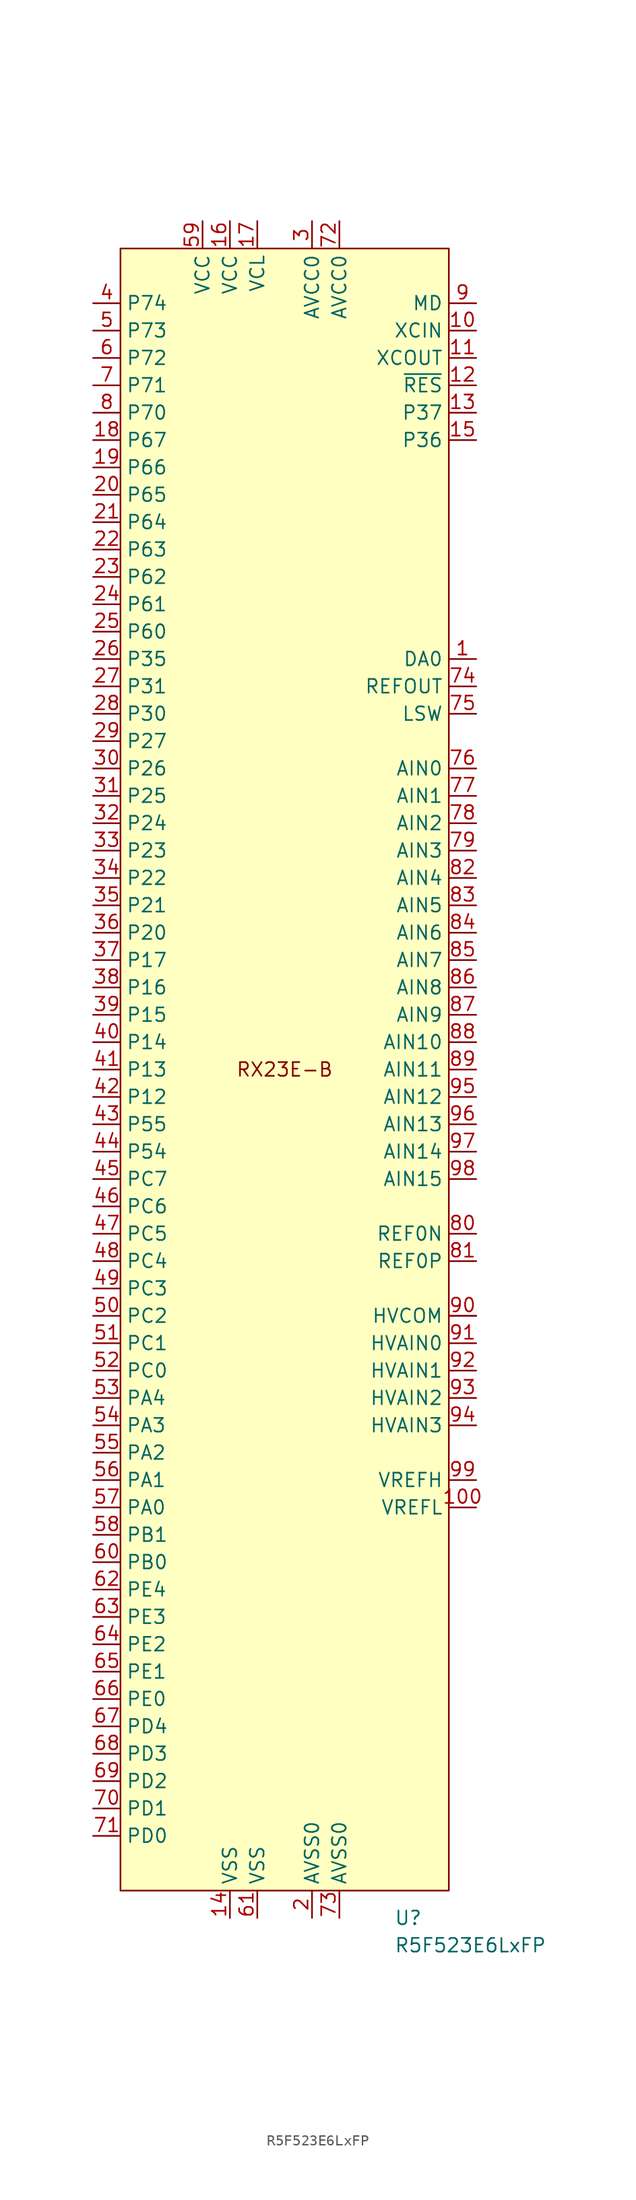
<source format=kicad_sym>
(kicad_symbol_lib
  (version 20231120)
  (generator "kicad_symbol_editor")
  (generator_version "8.0")
  (symbol "R5F523E6LxFP"
    (property "Reference" "U"
      (at 10.16 -78.74 0)
      (effects (font (size 1.27 1.27)) (justify left)))
    (property "Value" "R5F523E6LxFP"
      (at 10.16 -81.28 0)
      (effects (font (size 1.27 1.27)) (justify left)))
    (symbol "R5F523E6LxFP_0_0"
      (pin output line (at 17.78 38.1 180) (length 2.54) (name "DA0" (effects (font (size 1.27 1.27)))) (number "1" (effects (font (size 1.27 1.27)))))
      (pin input line (at 17.78 68.58 180) (length 2.54) (name "XCIN" (effects (font (size 1.27 1.27)))) (number "10" (effects (font (size 1.27 1.27)))))
      (pin output line (at 17.78 66.04 180) (length 2.54) (name "XCOUT" (effects (font (size 1.27 1.27)))) (number "11" (effects (font (size 1.27 1.27)))))
      (pin input line (at 17.78 63.5 180) (length 2.54) (name "~{RES}" (effects (font (size 1.27 1.27)))) (number "12" (effects (font (size 1.27 1.27)))))
      (pin power_in line (at 2.54 -78.74 90) (length 2.54) (name "AVSS0" (effects (font (size 1.27 1.27)))) (number "2" (effects (font (size 1.27 1.27)))))
      (pin power_in line (at 2.54 78.74 270) (length 2.54) (name "AVCC0" (effects (font (size 1.27 1.27)))) (number "3" (effects (font (size 1.27 1.27))))))
    (symbol "R5F523E6LxFP_1_0"
      (pin input line (at 17.78 -22.86 180) (length 2.54) (name "" (effects (font (size 1.27 1.27)))) (number "" (effects (font (size 1.27 1.27)))))
      (pin input line (at 17.78 -40.64 180) (length 2.54) (name "VREFL" (effects (font (size 1.27 1.27)))) (number "100" (effects (font (size 1.27 1.27)))))
      (pin bidirectional line (at 17.78 60.96 180) (length 2.54) (name "P37" (effects (font (size 1.27 1.27)))) (number "13" (effects (font (size 1.27 1.27)))) (alternate "XTAL" output line))
      (pin power_in line (at -5.08 -78.74 90) (length 2.54) (name "VSS" (effects (font (size 1.27 1.27)))) (number "14" (effects (font (size 1.27 1.27)))))
      (pin bidirectional line (at 17.78 58.42 180) (length 2.54) (name "P36" (effects (font (size 1.27 1.27)))) (number "15" (effects (font (size 1.27 1.27)))) (alternate "EXTAL" input line))
      (pin power_in line (at -5.08 78.74 270) (length 2.54) (name "VCC" (effects (font (size 1.27 1.27)))) (number "16" (effects (font (size 1.27 1.27)))))
      (pin power_in line (at -2.54 78.74 270) (length 2.54) (name "VCL" (effects (font (size 1.27 1.27)))) (number "17" (effects (font (size 1.27 1.27)))))
      (pin bidirectional line (at -17.78 58.42 0) (length 2.54) (name "P67" (effects (font (size 1.27 1.27)))) (number "18" (effects (font (size 1.27 1.27)))) (alternate "CAPH" bidirectional line) (alternate "MTIOC4A" bidirectional line) (alternate "SMOSI6" bidirectional line) (alternate "SSDA6" bidirectional line) (alternate "TMRI2" input line) (alternate "TXD6" output line))
      (pin bidirectional line (at -17.78 55.88 0) (length 2.54) (name "P66" (effects (font (size 1.27 1.27)))) (number "19" (effects (font (size 1.27 1.27)))) (alternate "CAPL" bidirectional line) (alternate "MTIOC4C" bidirectional line) (alternate "RXD6" input line) (alternate "SMISO6" bidirectional line) (alternate "SSCL6" bidirectional line) (alternate "TMCI2" input line))
      (pin bidirectional line (at -17.78 53.34 0) (length 2.54) (name "P65" (effects (font (size 1.27 1.27)))) (number "20" (effects (font (size 1.27 1.27)))) (alternate "MTCLKD" input line) (alternate "MTIOC4B" bidirectional line) (alternate "TMO2" output line) (alternate "VL1" bidirectional line) (alternate "~{CTS6}" input line) (alternate "~{POE0}" input line) (alternate "~{RTS6}" output line) (alternate "~{SS6}" input line))
      (pin bidirectional line (at -17.78 50.8 0) (length 2.54) (name "P64" (effects (font (size 1.27 1.27)))) (number "21" (effects (font (size 1.27 1.27)))) (alternate "MTCLKC" input line) (alternate "MTIOC4D" bidirectional line) (alternate "RTCOUT" output line) (alternate "SCK6" bidirectional line) (alternate "VL2" bidirectional line) (alternate "~{ADTRG0}" input line))
      (pin bidirectional line (at -17.78 48.26 0) (length 2.54) (name "P63" (effects (font (size 1.27 1.27)))) (number "22" (effects (font (size 1.27 1.27)))) (alternate "MTCLKB" input line) (alternate "MTIOC0A" bidirectional line) (alternate "MTIOC1A" bidirectional line) (alternate "SCK8" bidirectional line) (alternate "VL3" bidirectional line))
      (pin bidirectional line (at -17.78 45.72 0) (length 2.54) (name "P62" (effects (font (size 1.27 1.27)))) (number "23" (effects (font (size 1.27 1.27)))) (alternate "MTCLKA" input line) (alternate "MTIOC0C" bidirectional line) (alternate "MTIOC1B" bidirectional line) (alternate "TMO1" output line) (alternate "VL4" bidirectional line) (alternate "~{CTS8}" input line) (alternate "~{RTS8}" output line) (alternate "~{SS8}" input line))
      (pin bidirectional line (at -17.78 43.18 0) (length 2.54) (name "P61" (effects (font (size 1.27 1.27)))) (number "24" (effects (font (size 1.27 1.27)))) (alternate "MISOA" bidirectional line) (alternate "MTIOC0B" bidirectional line) (alternate "SDA" bidirectional line) (alternate "SEG00" output line) (alternate "SMOSI8" bidirectional line) (alternate "SSDA8" bidirectional line) (alternate "TMCI1" input line) (alternate "TXD8" output line))
      (pin bidirectional line (at -17.78 40.64 0) (length 2.54) (name "P60" (effects (font (size 1.27 1.27)))) (number "25" (effects (font (size 1.27 1.27)))) (alternate "MOSIA" bidirectional line) (alternate "MTIOC0D" bidirectional line) (alternate "RXD8" input line) (alternate "SCL" bidirectional line) (alternate "SEG01" output line) (alternate "SMISO8" bidirectional line) (alternate "SSCL8" bidirectional line) (alternate "TMRI1" input line))
      (pin bidirectional line (at -17.78 38.1 0) (length 2.54) (name "P35" (effects (font (size 1.27 1.27)))) (number "26" (effects (font (size 1.27 1.27)))) (alternate "NMI" input line))
      (pin bidirectional line (at -17.78 35.56 0) (length 2.54) (name "P31" (effects (font (size 1.27 1.27)))) (number "27" (effects (font (size 1.27 1.27)))) (alternate "CACREF" input line) (alternate "IRQ1" input line) (alternate "MTCLKB" input line) (alternate "MTIOC1A" bidirectional line) (alternate "MTIOC4D" bidirectional line) (alternate "RSPCKA" bidirectional line) (alternate "SEG02" output line) (alternate "SMOSI5" bidirectional line) (alternate "SSDA5" bidirectional line) (alternate "TMO3" output line) (alternate "TXD5" output line))
      (pin bidirectional line (at -17.78 33.02 0) (length 2.54) (name "P30" (effects (font (size 1.27 1.27)))) (number "28" (effects (font (size 1.27 1.27)))) (alternate "IRQ0" input line) (alternate "MTCLKD" input line) (alternate "MTIOC2A" bidirectional line) (alternate "MTIOC4B" bidirectional line) (alternate "RXD1" input line) (alternate "RXD5" input line) (alternate "SEG03" output line) (alternate "SMISO1" bidirectional line) (alternate "SMISO5" bidirectional line) (alternate "SSCL1" bidirectional line) (alternate "SSCL5" bidirectional line) (alternate "TMCI3" input line) (alternate "~{POE8}" input line))
      (pin bidirectional line (at -17.78 30.48 0) (length 2.54) (name "P27" (effects (font (size 1.27 1.27)))) (number "29" (effects (font (size 1.27 1.27)))) (alternate "IRQ3" input line) (alternate "MTIOC2B" bidirectional line) (alternate "MTIOC4A" bidirectional line) (alternate "SCK5" bidirectional line) (alternate "SEG04" output line) (alternate "TMRI3" input line) (alternate "~{CTS12}" input line) (alternate "~{POE2}" input line) (alternate "~{RTS12}" output line) (alternate "~{SS12}" input line))
      (pin bidirectional line (at -17.78 27.94 0) (length 2.54) (name "P26" (effects (font (size 1.27 1.27)))) (number "30" (effects (font (size 1.27 1.27)))) (alternate "IRQ2" input line) (alternate "MTCLKC" input line) (alternate "MTIOC0A" bidirectional line) (alternate "MTIOC4C" bidirectional line) (alternate "SCK12" bidirectional line) (alternate "SEG05" output line) (alternate "SMOSI1" bidirectional line) (alternate "SSDA1" bidirectional line) (alternate "TMO0" output line) (alternate "TXD1" output line) (alternate "~{CTS5}" input line) (alternate "~{RTS5}" output line) (alternate "~{SS5}" input line))
      (pin bidirectional line (at -17.78 25.4 0) (length 2.54) (name "P25" (effects (font (size 1.27 1.27)))) (number "31" (effects (font (size 1.27 1.27)))) (alternate "IRQ7" input line) (alternate "SEG06" output line) (alternate "SIOX12" bidirectional line) (alternate "SMOSI12" bidirectional line) (alternate "SMOSI9" output line) (alternate "SSDA12" bidirectional line) (alternate "SSDA9" bidirectional line) (alternate "TMCI0" input line) (alternate "TXD12" output line) (alternate "TXD9" output line) (alternate "TXDX12" output line))
      (pin bidirectional line (at -17.78 22.86 0) (length 2.54) (name "P24" (effects (font (size 1.27 1.27)))) (number "32" (effects (font (size 1.27 1.27)))) (alternate "IRQ6" input line) (alternate "MTIC5U" input line) (alternate "RXD12" input line) (alternate "RXD9" input line) (alternate "RXDX12" input line) (alternate "SEG07" output line) (alternate "SMISO12" bidirectional line) (alternate "SMISO9" bidirectional line) (alternate "SSCL12" bidirectional line) (alternate "SSCL9" bidirectional line) (alternate "TMRI0" input line))
      (pin bidirectional line (at -17.78 20.32 0) (length 2.54) (name "P23" (effects (font (size 1.27 1.27)))) (number "33" (effects (font (size 1.27 1.27)))) (alternate "IRQ5" input line) (alternate "MTIC5V" input line) (alternate "SEG08" output line) (alternate "~{CTS9}" input line) (alternate "~{RTS9}" output line) (alternate "~{SS9}" input line))
      (pin bidirectional line (at -17.78 17.78 0) (length 2.54) (name "P22" (effects (font (size 1.27 1.27)))) (number "34" (effects (font (size 1.27 1.27)))) (alternate "IRQ4" input line) (alternate "MTIC5W" input line) (alternate "SCK9" bidirectional line) (alternate "SEG09" output line))
      (pin bidirectional line (at -17.78 15.24 0) (length 2.54) (name "P21" (effects (font (size 1.27 1.27)))) (number "35" (effects (font (size 1.27 1.27)))) (alternate "MTIOC1A" bidirectional line) (alternate "RTCOUT" output line) (alternate "SEG10" output line) (alternate "~{CTS12}" input line) (alternate "~{RTS12}" output line) (alternate "~{SS12}" input line))
      (pin bidirectional line (at -17.78 12.7 0) (length 2.54) (name "P20" (effects (font (size 1.27 1.27)))) (number "36" (effects (font (size 1.27 1.27)))) (alternate "MTIOC1B" bidirectional line) (alternate "RSPCKA" bidirectional line) (alternate "SCK12" bidirectional line) (alternate "SEG11" output line))
      (pin bidirectional line (at -17.78 10.16 0) (length 2.54) (name "P17" (effects (font (size 1.27 1.27)))) (number "37" (effects (font (size 1.27 1.27)))) (alternate "IRQ7" input line) (alternate "MISOA" bidirectional line) (alternate "MTIOC0D" bidirectional line) (alternate "MTIOC3A" bidirectional line) (alternate "MTIOC3B" bidirectional line) (alternate "SDA" bidirectional line) (alternate "SEG12" output line) (alternate "SIOX12" bidirectional line) (alternate "SMOSI12" bidirectional line) (alternate "SSDA12" bidirectional line) (alternate "TMO1" output line) (alternate "TXD12" output line) (alternate "TXDX12" output line))
      (pin bidirectional line (at -17.78 7.62 0) (length 2.54) (name "P16" (effects (font (size 1.27 1.27)))) (number "38" (effects (font (size 1.27 1.27)))) (alternate "IRQ6" input line) (alternate "MOSIA" bidirectional line) (alternate "MTIOC3C" bidirectional line) (alternate "MTIOC3D" bidirectional line) (alternate "RXD12" input line) (alternate "RXDX12" input line) (alternate "SCL" bidirectional line) (alternate "SEG13" output line) (alternate "SMISO12" bidirectional line) (alternate "SSCL12" bidirectional line) (alternate "TMO2" output line) (alternate "~{ADTRG0}" input line))
      (pin bidirectional line (at -17.78 5.08 0) (length 2.54) (name "P15" (effects (font (size 1.27 1.27)))) (number "39" (effects (font (size 1.27 1.27)))) (alternate "CRXD0" input line) (alternate "IRQ5" input line) (alternate "MTCLKB" input line) (alternate "MTIOC0C" bidirectional line) (alternate "MTIOC4D" bidirectional line) (alternate "SEG14" output line) (alternate "SSLA0" bidirectional line) (alternate "TMCI2" input line) (alternate "~{CTS1}" input line) (alternate "~{RTS1}" output line) (alternate "~{SS1}" input line))
      (pin bidirectional line (at -17.78 71.12 0) (length 2.54) (name "P74" (effects (font (size 1.27 1.27)))) (number "4" (effects (font (size 1.27 1.27)))) (alternate "CACREF" input line) (alternate "SDA" bidirectional line) (alternate "TMO3" output line))
      (pin bidirectional line (at -17.78 2.54 0) (length 2.54) (name "P14" (effects (font (size 1.27 1.27)))) (number "40" (effects (font (size 1.27 1.27)))) (alternate "CLKOUT" output line) (alternate "CTXD0" output line) (alternate "IRQ4" input line) (alternate "MTCLKA" input line) (alternate "MTIOC0B" bidirectional line) (alternate "MTIOC3B" bidirectional line) (alternate "SCK1" bidirectional line) (alternate "SEG15" output line) (alternate "TMRI2" input line))
      (pin bidirectional line (at -17.78 0 0) (length 2.54) (name "P13" (effects (font (size 1.27 1.27)))) (number "41" (effects (font (size 1.27 1.27)))) (alternate "MTIOC2A" bidirectional line) (alternate "SEG16" output line) (alternate "SMOSI6" bidirectional line) (alternate "SSDA6" bidirectional line) (alternate "TXD6" output line))
      (pin bidirectional line (at -17.78 -2.54 0) (length 2.54) (name "P12" (effects (font (size 1.27 1.27)))) (number "42" (effects (font (size 1.27 1.27)))) (alternate "MTIOC2B" bidirectional line) (alternate "RXD6" input line) (alternate "SEG17" output line) (alternate "SMISO6" bidirectional line) (alternate "SSCL6" bidirectional line))
      (pin bidirectional line (at -17.78 -5.08 0) (length 2.54) (name "P55" (effects (font (size 1.27 1.27)))) (number "43" (effects (font (size 1.27 1.27)))) (alternate "MTIC5W" input line) (alternate "SEG18" output line) (alternate "TMO0" output line) (alternate "~{CTS6}" input line) (alternate "~{RTS6}" output line) (alternate "~{SS6}" input line))
      (pin bidirectional line (at -17.78 -7.62 0) (length 2.54) (name "P54" (effects (font (size 1.27 1.27)))) (number "44" (effects (font (size 1.27 1.27)))) (alternate "MTIC5V" input line) (alternate "SCK6" bidirectional line) (alternate "SEG19" output line) (alternate "SSLA3" output line) (alternate "TMRI0" input line))
      (pin bidirectional line (at -17.78 -10.16 0) (length 2.54) (name "PC7" (effects (font (size 1.27 1.27)))) (number "45" (effects (font (size 1.27 1.27)))) (alternate "IRQ7" input line) (alternate "MTIC5U" input line) (alternate "MTIOC3D" bidirectional line) (alternate "MTIOC4B" bidirectional line) (alternate "SEG20" output line) (alternate "SMOSI1" bidirectional line) (alternate "SSDA1" bidirectional line) (alternate "SSLA1" output line) (alternate "TMCI0" input line) (alternate "TXD1" output line) (alternate "~{POE0}" input line))
      (pin bidirectional line (at -17.78 -12.7 0) (length 2.54) (name "PC6" (effects (font (size 1.27 1.27)))) (number "46" (effects (font (size 1.27 1.27)))) (alternate "IRQ6" input line) (alternate "MTIOC4A" bidirectional line) (alternate "RXD1" input line) (alternate "SEG21" output line) (alternate "SMISO1" bidirectional line) (alternate "SSCL1" bidirectional line) (alternate "~{POE1}" input line))
      (pin bidirectional line (at -17.78 -15.24 0) (length 2.54) (name "PC5" (effects (font (size 1.27 1.27)))) (number "47" (effects (font (size 1.27 1.27)))) (alternate "IRQ5" input line) (alternate "MTIOC4C" bidirectional line) (alternate "SEG22" output line) (alternate "SMOSI8" bidirectional line) (alternate "SSDA8" bidirectional line) (alternate "TXD8" output line) (alternate "~{POE2}" input line))
      (pin bidirectional line (at -17.78 -17.78 0) (length 2.54) (name "PC4" (effects (font (size 1.27 1.27)))) (number "48" (effects (font (size 1.27 1.27)))) (alternate "IRQ4" input line) (alternate "MTIOC4B" bidirectional line) (alternate "RXD8" input line) (alternate "SEG23" output line) (alternate "SMISO8" bidirectional line) (alternate "SSCL8" bidirectional line) (alternate "~{POE3}" input line))
      (pin bidirectional line (at -17.78 -20.32 0) (length 2.54) (name "PC3" (effects (font (size 1.27 1.27)))) (number "49" (effects (font (size 1.27 1.27)))) (alternate "IRQ3" input line) (alternate "MTIOC4D" bidirectional line) (alternate "SEG24" output line) (alternate "~{CTS8}" input line) (alternate "~{POE8}" input line) (alternate "~{RTS8}" output line) (alternate "~{SS8}" input line))
      (pin bidirectional line (at -17.78 68.58 0) (length 2.54) (name "P73" (effects (font (size 1.27 1.27)))) (number "5" (effects (font (size 1.27 1.27)))) (alternate "IRQ3" input line) (alternate "MTIOC3A" bidirectional line) (alternate "SCL" bidirectional line) (alternate "SSLA0" bidirectional line) (alternate "TMCI3" input line) (alternate "~{CTS0}" input line) (alternate "~{RTS0}" output line) (alternate "~{SS0}" input line))
      (pin bidirectional line (at -17.78 -22.86 0) (length 2.54) (name "PC2" (effects (font (size 1.27 1.27)))) (number "50" (effects (font (size 1.27 1.27)))) (alternate "IRQ2" input line) (alternate "SCK8" bidirectional line) (alternate "SEG25" output line) (alternate "~{CTS1}" input line) (alternate "~{RTS1}" output line) (alternate "~{SS1}" input line))
      (pin bidirectional line (at -17.78 -25.4 0) (length 2.54) (name "PC1" (effects (font (size 1.27 1.27)))) (number "51" (effects (font (size 1.27 1.27)))) (alternate "COM0" output line) (alternate "CRXD0" input line) (alternate "IRQ1" input line) (alternate "SCK1" bidirectional line) (alternate "SCK8" bidirectional line) (alternate "TMO0" output line))
      (pin bidirectional line (at -17.78 -27.94 0) (length 2.54) (name "PC0" (effects (font (size 1.27 1.27)))) (number "52" (effects (font (size 1.27 1.27)))) (alternate "COM1" output line) (alternate "CTXD0" output line) (alternate "IRQ0" input line) (alternate "MTIC5U" input line) (alternate "MTIOC4A" bidirectional line) (alternate "SMOSI1" bidirectional line) (alternate "SSDA1" bidirectional line) (alternate "TMCI0" input line) (alternate "TXD1" output line))
      (pin bidirectional line (at -17.78 -30.48 0) (length 2.54) (name "PA4" (effects (font (size 1.27 1.27)))) (number "53" (effects (font (size 1.27 1.27)))) (alternate "COM2" output line) (alternate "MISOA" bidirectional line) (alternate "MTIOC2A" bidirectional line) (alternate "MTIOC4A" bidirectional line))
      (pin bidirectional line (at -17.78 -33.02 0) (length 2.54) (name "PA3" (effects (font (size 1.27 1.27)))) (number "54" (effects (font (size 1.27 1.27)))) (alternate "COM3" output line) (alternate "MOSIA" bidirectional line) (alternate "MTIOC2B" bidirectional line) (alternate "MTIOC4C" bidirectional line) (alternate "SMOSI9" bidirectional line) (alternate "SSDA9" bidirectional line) (alternate "TXD9" output line))
      (pin bidirectional line (at -17.78 -35.56 0) (length 2.54) (name "PA2" (effects (font (size 1.27 1.27)))) (number "55" (effects (font (size 1.27 1.27)))) (alternate "COM4" output line) (alternate "MTIOC4B" bidirectional line) (alternate "RXD9" input line) (alternate "SEG26" output line) (alternate "SMISO9" bidirectional line) (alternate "SSCL9" bidirectional line) (alternate "SSLA0" bidirectional line) (alternate "TMO2" output line))
      (pin bidirectional line (at -17.78 -38.1 0) (length 2.54) (name "PA1" (effects (font (size 1.27 1.27)))) (number "56" (effects (font (size 1.27 1.27)))) (alternate "COM5" output line) (alternate "MTIOC4D" bidirectional line) (alternate "SEG27" output line) (alternate "SSLA1" output line) (alternate "TMCI2" input line) (alternate "~{CTS9}" input line) (alternate "~{RTS9}" output line) (alternate "~{SS9}" input line))
      (pin bidirectional line (at -17.78 -40.64 0) (length 2.54) (name "PA0" (effects (font (size 1.27 1.27)))) (number "57" (effects (font (size 1.27 1.27)))) (alternate "COM6" output line) (alternate "RTCOUT" output line) (alternate "SCK9" bidirectional line) (alternate "SEG28" output line) (alternate "SSLA3" output line) (alternate "TMRI2" input line))
      (pin bidirectional line (at -17.78 -43.18 0) (length 2.54) (name "PB1" (effects (font (size 1.27 1.27)))) (number "58" (effects (font (size 1.27 1.27)))) (alternate "COM7" output line) (alternate "MTIC5V" input line) (alternate "MTIOC3A" bidirectional line) (alternate "MTIOC4C" bidirectional line) (alternate "RXD1" input line) (alternate "SEG29" input line) (alternate "SMISO1" bidirectional line) (alternate "SSCL1" bidirectional line) (alternate "SSLA2" bidirectional line) (alternate "TMCI1" input line) (alternate "TMRI0" input line) (alternate "~{POE1}" input line))
      (pin power_in line (at -7.62 78.74 270) (length 2.54) (name "VCC" (effects (font (size 1.27 1.27)))) (number "59" (effects (font (size 1.27 1.27)))))
      (pin bidirectional line (at -17.78 66.04 0) (length 2.54) (name "P72" (effects (font (size 1.27 1.27)))) (number "6" (effects (font (size 1.27 1.27)))) (alternate "IRQ2" input line) (alternate "MISOA" bidirectional line) (alternate "MTIOC3C" bidirectional line) (alternate "SMOSI0" bidirectional line) (alternate "SSDA0" bidirectional line) (alternate "TMRI3" input line) (alternate "TXD0" output line))
      (pin bidirectional line (at -17.78 -45.72 0) (length 2.54) (name "PB0" (effects (font (size 1.27 1.27)))) (number "60" (effects (font (size 1.27 1.27)))) (alternate "CMPA2" input line) (alternate "MTIC5W" input line) (alternate "MTIOC1B" bidirectional line) (alternate "MTIOC3C" bidirectional line) (alternate "RSPCKA" bidirectional line) (alternate "SEG30" output line) (alternate "TMRI1" input line) (alternate "~{POE3}" input line))
      (pin power_in line (at -2.54 -78.74 90) (length 2.54) (name "VSS" (effects (font (size 1.27 1.27)))) (number "61" (effects (font (size 1.27 1.27)))))
      (pin bidirectional line (at -17.78 -48.26 0) (length 2.54) (name "PE4" (effects (font (size 1.27 1.27)))) (number "62" (effects (font (size 1.27 1.27)))) (alternate "IRQ7" input line) (alternate "MTCLKB" input line) (alternate "MTIOC3A" bidirectional line) (alternate "SEG31" output line) (alternate "SMOSI5" bidirectional line) (alternate "SSDA5" bidirectional line) (alternate "SSLA2" bidirectional line) (alternate "TMO3" output line) (alternate "TXD5" output line))
      (pin bidirectional line (at -17.78 -50.8 0) (length 2.54) (name "PE3" (effects (font (size 1.27 1.27)))) (number "63" (effects (font (size 1.27 1.27)))) (alternate "IRQ6" input line) (alternate "MTCLKA" input line) (alternate "MTIOC3C" bidirectional line) (alternate "RXD5" input line) (alternate "SEG32" output line) (alternate "SMISO5" bidirectional line) (alternate "SSCL5" bidirectional line) (alternate "TMCI3" input line))
      (pin bidirectional line (at -17.78 -53.34 0) (length 2.54) (name "PE2" (effects (font (size 1.27 1.27)))) (number "64" (effects (font (size 1.27 1.27)))) (alternate "IRQ5" input line) (alternate "MTCLKD" input line) (alternate "MTIOC3B" bidirectional line) (alternate "SEG33" output line) (alternate "TMRI3" input line) (alternate "~{CTS5}" input line) (alternate "~{RTS5}" output line) (alternate "~{SS5}" input line))
      (pin bidirectional line (at -17.78 -55.88 0) (length 2.54) (name "PE1" (effects (font (size 1.27 1.27)))) (number "65" (effects (font (size 1.27 1.27)))) (alternate "IRQ4" input line) (alternate "MTCLKC" input line) (alternate "MTIOC3D" bidirectional line) (alternate "SCK5" bidirectional line) (alternate "SEG34" output line))
      (pin bidirectional line (at -17.78 -58.42 0) (length 2.54) (name "PE0" (effects (font (size 1.27 1.27)))) (number "66" (effects (font (size 1.27 1.27)))) (alternate "CACREF" input line) (alternate "MTCLKA" input line) (alternate "SEG35" output line) (alternate "SSLA3" output line))
      (pin bidirectional line (at -17.78 -60.96 0) (length 2.54) (name "PD4" (effects (font (size 1.27 1.27)))) (number "67" (effects (font (size 1.27 1.27)))) (alternate "MTIOC0A" bidirectional line) (alternate "SEG36" output line) (alternate "SMOSI0" bidirectional line) (alternate "SSDA0" bidirectional line) (alternate "TMO1" output line) (alternate "TXD0" output line) (alternate "~{POE0}" input line))
      (pin bidirectional line (at -17.78 -63.5 0) (length 2.54) (name "PD3" (effects (font (size 1.27 1.27)))) (number "68" (effects (font (size 1.27 1.27)))) (alternate "MTIOC0D" bidirectional line) (alternate "RXD0" input line) (alternate "SEG37" output line) (alternate "SMISO0" bidirectional line) (alternate "SSCL0" bidirectional line) (alternate "TMCI1" input line) (alternate "~{POE1}" input line))
      (pin bidirectional line (at -17.78 -66.04 0) (length 2.54) (name "PD2" (effects (font (size 1.27 1.27)))) (number "69" (effects (font (size 1.27 1.27)))) (alternate "MTIOC0C" bidirectional line) (alternate "SEG38" output line) (alternate "TMRI1" input line) (alternate "~{CTS0}" input line) (alternate "~{POE2}" bidirectional line) (alternate "~{RTS0}" output line) (alternate "~{SS0}" input line))
      (pin bidirectional line (at -17.78 63.5 0) (length 2.54) (name "P71" (effects (font (size 1.27 1.27)))) (number "7" (effects (font (size 1.27 1.27)))) (alternate "IRQ1" input line) (alternate "MOSIA" bidirectional line) (alternate "MTCLKD" input line) (alternate "MTIOC3B" bidirectional line) (alternate "RXD0" input line) (alternate "SMISO0" bidirectional line) (alternate "SSCL0" bidirectional line))
      (pin bidirectional line (at -17.78 -68.58 0) (length 2.54) (name "PD1" (effects (font (size 1.27 1.27)))) (number "70" (effects (font (size 1.27 1.27)))) (alternate "MTIOC0B" bidirectional line) (alternate "SCK0" bidirectional line) (alternate "SEG39" output line) (alternate "~{POE3}" input line))
      (pin bidirectional line (at -17.78 -71.12 0) (length 2.54) (name "PD0" (effects (font (size 1.27 1.27)))) (number "71" (effects (font (size 1.27 1.27)))) (alternate "~{ADTRG0}" input line) (alternate "~{POE8}" input line))
      (pin power_in line (at 5.08 78.74 270) (length 2.54) (name "AVCC0" (effects (font (size 1.27 1.27)))) (number "72" (effects (font (size 1.27 1.27)))))
      (pin power_in line (at 5.08 -78.74 90) (length 2.54) (name "AVSS0" (effects (font (size 1.27 1.27)))) (number "73" (effects (font (size 1.27 1.27)))))
      (pin output line (at 17.78 35.56 180) (length 2.54) (name "REFOUT" (effects (font (size 1.27 1.27)))) (number "74" (effects (font (size 1.27 1.27)))))
      (pin output line (at 17.78 33.02 180) (length 2.54) (name "LSW" (effects (font (size 1.27 1.27)))) (number "75" (effects (font (size 1.27 1.27)))))
      (pin output line (at 17.78 27.94 180) (length 2.54) (name "AIN0" (effects (font (size 1.27 1.27)))) (number "76" (effects (font (size 1.27 1.27)))) (alternate "AN000" input line))
      (pin output line (at 17.78 25.4 180) (length 2.54) (name "AIN1" (effects (font (size 1.27 1.27)))) (number "77" (effects (font (size 1.27 1.27)))) (alternate "AN001" input line) (alternate "IEXC0" output line) (alternate "VBIAS" output line))
      (pin output line (at 17.78 22.86 180) (length 2.54) (name "AIN2" (effects (font (size 1.27 1.27)))) (number "78" (effects (font (size 1.27 1.27)))))
      (pin output line (at 17.78 20.32 180) (length 2.54) (name "AIN3" (effects (font (size 1.27 1.27)))) (number "79" (effects (font (size 1.27 1.27)))) (alternate "IEXC1" output line))
      (pin bidirectional line (at -17.78 60.96 0) (length 2.54) (name "P70" (effects (font (size 1.27 1.27)))) (number "8" (effects (font (size 1.27 1.27)))) (alternate "CLKOUT" output line) (alternate "IRQ0" input line) (alternate "MTCLKC" input line) (alternate "MTIOC3D" bidirectional line) (alternate "RSPCKA" bidirectional line) (alternate "SCK0" bidirectional line))
      (pin input line (at 17.78 -15.24 180) (length 2.54) (name "REF0N" (effects (font (size 1.27 1.27)))) (number "80" (effects (font (size 1.27 1.27)))))
      (pin input line (at 17.78 -17.78 180) (length 2.54) (name "REF0P" (effects (font (size 1.27 1.27)))) (number "81" (effects (font (size 1.27 1.27)))))
      (pin input line (at 17.78 17.78 180) (length 2.54) (name "AIN4" (effects (font (size 1.27 1.27)))) (number "82" (effects (font (size 1.27 1.27)))) (alternate "AN002" input line))
      (pin input line (at 17.78 15.24 180) (length 2.54) (name "AIN5" (effects (font (size 1.27 1.27)))) (number "83" (effects (font (size 1.27 1.27)))) (alternate "AN003" input line))
      (pin input line (at 17.78 12.7 180) (length 2.54) (name "AIN6" (effects (font (size 1.27 1.27)))) (number "84" (effects (font (size 1.27 1.27)))))
      (pin input line (at 17.78 10.16 180) (length 2.54) (name "AIN7" (effects (font (size 1.27 1.27)))) (number "85" (effects (font (size 1.27 1.27)))))
      (pin input line (at 17.78 7.62 180) (length 2.54) (name "AIN8" (effects (font (size 1.27 1.27)))) (number "86" (effects (font (size 1.27 1.27)))) (alternate "IEXC0" output line))
      (pin input line (at 17.78 5.08 180) (length 2.54) (name "AIN9" (effects (font (size 1.27 1.27)))) (number "87" (effects (font (size 1.27 1.27)))) (alternate "IEXC1" output line))
      (pin input line (at 17.78 2.54 180) (length 2.54) (name "AIN10" (effects (font (size 1.27 1.27)))) (number "88" (effects (font (size 1.27 1.27)))) (alternate "AN004" input line) (alternate "VBIAS" output line))
      (pin input line (at 17.78 0 180) (length 2.54) (name "AIN11" (effects (font (size 1.27 1.27)))) (number "89" (effects (font (size 1.27 1.27)))) (alternate "AN005" input line))
      (pin input line (at 17.78 71.12 180) (length 2.54) (name "MD" (effects (font (size 1.27 1.27)))) (number "9" (effects (font (size 1.27 1.27)))) (alternate "FINED" bidirectional line))
      (pin input line (at 17.78 -22.86 180) (length 2.54) (name "HVCOM" (effects (font (size 1.27 1.27)))) (number "90" (effects (font (size 1.27 1.27)))))
      (pin input line (at 17.78 -25.4 180) (length 2.54) (name "HVAIN0" (effects (font (size 1.27 1.27)))) (number "91" (effects (font (size 1.27 1.27)))))
      (pin input line (at 17.78 -27.94 180) (length 2.54) (name "HVAIN1" (effects (font (size 1.27 1.27)))) (number "92" (effects (font (size 1.27 1.27)))))
      (pin input line (at 17.78 -30.48 180) (length 2.54) (name "HVAIN2" (effects (font (size 1.27 1.27)))) (number "93" (effects (font (size 1.27 1.27)))))
      (pin input line (at 17.78 -33.02 180) (length 2.54) (name "HVAIN3" (effects (font (size 1.27 1.27)))) (number "94" (effects (font (size 1.27 1.27)))))
      (pin input line (at 17.78 -2.54 180) (length 2.54) (name "AIN12" (effects (font (size 1.27 1.27)))) (number "95" (effects (font (size 1.27 1.27)))) (alternate "AN006" input line) (alternate "REF1N" input line))
      (pin input line (at 17.78 -5.08 180) (length 2.54) (name "AIN13" (effects (font (size 1.27 1.27)))) (number "96" (effects (font (size 1.27 1.27)))) (alternate "AN007" input line) (alternate "REF1P" input line))
      (pin input line (at 17.78 -7.62 180) (length 2.54) (name "AIN14" (effects (font (size 1.27 1.27)))) (number "97" (effects (font (size 1.27 1.27)))))
      (pin input line (at 17.78 -10.16 180) (length 2.54) (name "AIN15" (effects (font (size 1.27 1.27)))) (number "98" (effects (font (size 1.27 1.27)))))
      (pin input line (at 17.78 -38.1 180) (length 2.54) (name "VREFH" (effects (font (size 1.27 1.27)))) (number "99" (effects (font (size 1.27 1.27))))))
    (symbol "R5F523E6LxFP_1_1"
      (rectangle (start -15.24 76.2) (end 15.24 -76.2) (stroke (width 0) (type default)) (fill (type background)))
      (text "RX23E-B" (at 0 0 0) (effects (font (size 1.27 1.27)))))))
</source>
